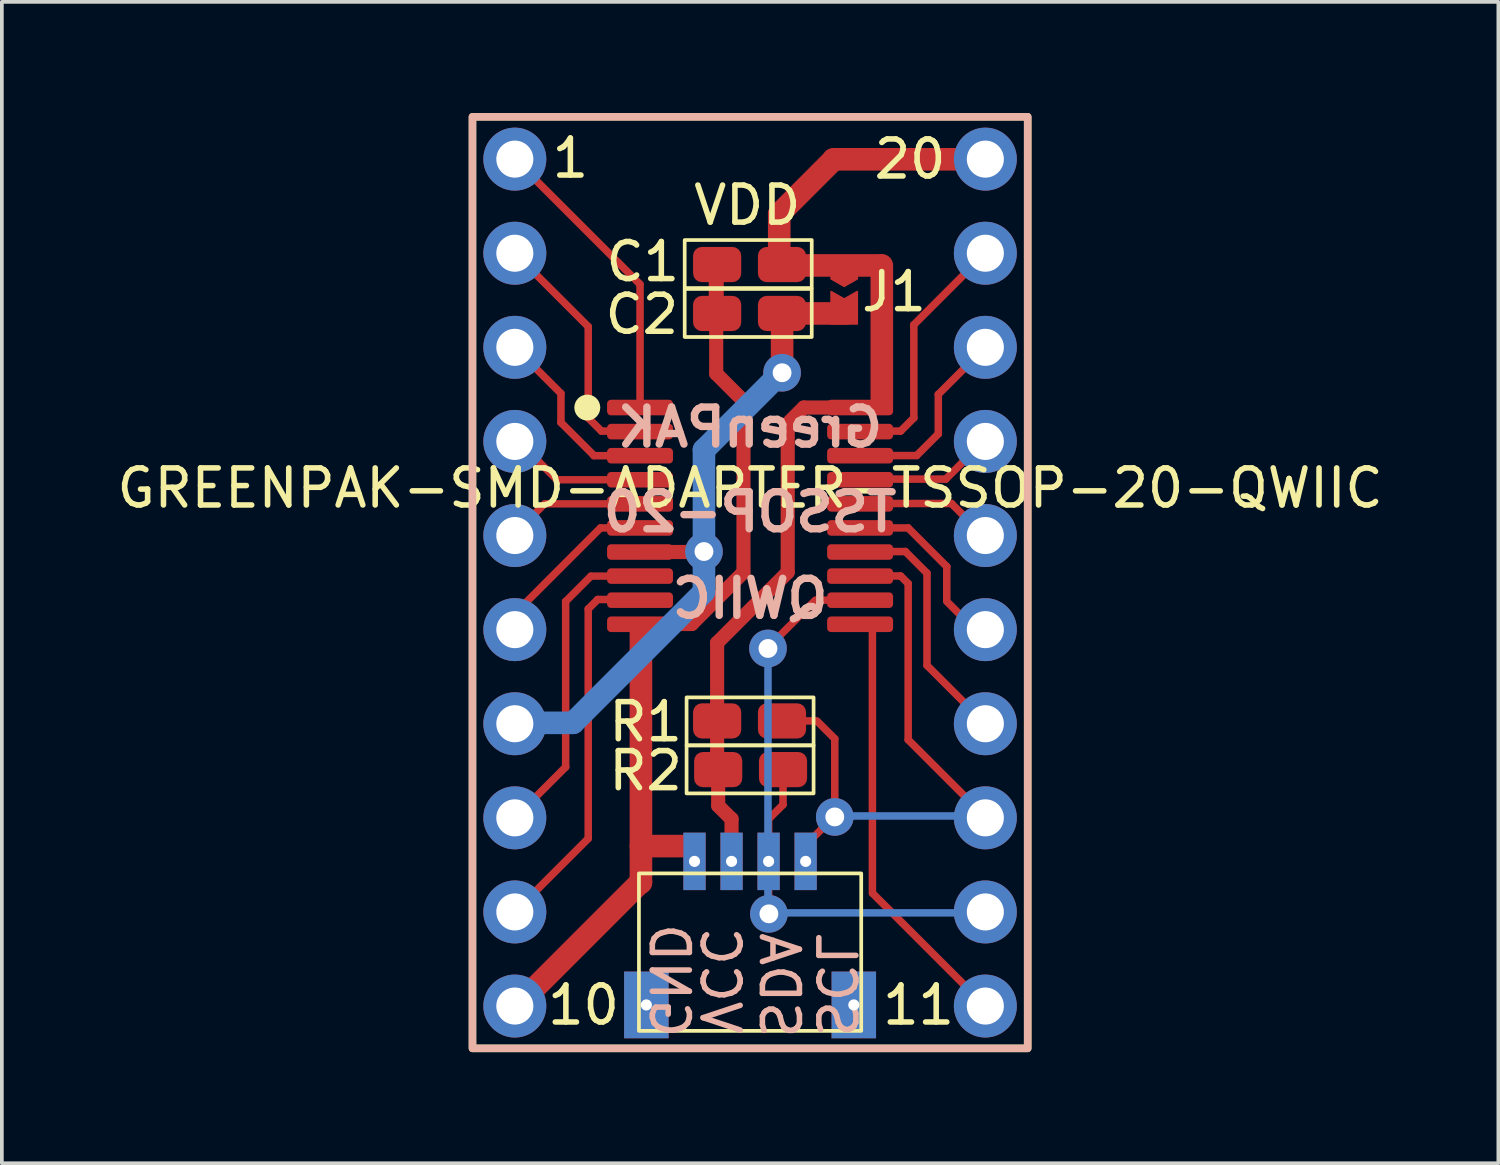
<source format=kicad_pcb>
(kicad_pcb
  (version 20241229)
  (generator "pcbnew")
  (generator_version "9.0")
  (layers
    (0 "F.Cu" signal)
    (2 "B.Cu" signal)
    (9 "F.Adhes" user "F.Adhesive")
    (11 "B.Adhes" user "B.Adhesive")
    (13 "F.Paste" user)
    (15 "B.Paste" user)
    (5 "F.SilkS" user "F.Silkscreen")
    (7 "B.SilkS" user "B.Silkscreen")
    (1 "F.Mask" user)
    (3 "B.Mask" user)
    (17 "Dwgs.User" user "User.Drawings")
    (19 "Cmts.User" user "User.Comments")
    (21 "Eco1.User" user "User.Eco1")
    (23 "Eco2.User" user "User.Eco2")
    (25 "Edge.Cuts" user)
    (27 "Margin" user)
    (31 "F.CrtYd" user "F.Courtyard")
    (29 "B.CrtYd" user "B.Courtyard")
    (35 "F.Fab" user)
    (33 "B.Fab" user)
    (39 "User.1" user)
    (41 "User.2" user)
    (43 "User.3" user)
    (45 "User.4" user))
  (footprint "GREENPAK-SMD-ADAPTER-TSSOP-20-QWIIC"
    (layer "F.Cu")
    (at 17.196 12.675)
    (property "Reference" "GREENPAK-SMD-ADAPTER-TSSOP-20-QWIIC" (at 0 -2.55 0) (layer "F.SilkS") (effects (font (size 1 1) (thickness 0.15))))
    (attr smd)
    (fp_line (start -6.375 8.915) (end -4.37 6.91) (stroke (width 0.203) (type default)) (layer "F.Cu"))
    (fp_line (start -6.35 -11.43) (end -2.972 -8.052) (stroke (width 0.203) (type default)) (layer "F.Cu"))
    (fp_line (start -6.35 -8.89) (end -4.369 -6.909) (stroke (width 0.203) (type default)) (layer "F.Cu"))
    (fp_line (start -6.35 -6.35) (end -5.105 -5.105) (stroke (width 0.203) (type default)) (layer "F.Cu"))
    (fp_line (start -6.349 6.349) (end -4.978 4.978) (stroke (width 0.203) (type default)) (layer "F.Cu"))
    (fp_line (start -6.287 -3.849) (end -5.216 -2.777) (stroke (width 0.2) (type default)) (layer "F.Cu"))
    (fp_line (start -5.547 -2.124) (end -6.404 -1.267) (stroke (width 0.2) (type default)) (layer "F.Cu"))
    (fp_line (start -5.207 -2.775) (end -2.97 -2.775) (stroke (width 0.2) (type default)) (layer "F.Cu"))
    (fp_line (start -5.106 -4.321) (end -4.214 -3.429) (stroke (width 0.203) (type default)) (layer "F.Cu"))
    (fp_line (start -5.105 -4.318) (end -5.105 -5.105) (stroke (width 0.203) (type default)) (layer "F.Cu"))
    (fp_line (start -4.981 0.511) (end -4.296 -0.174) (stroke (width 0.2) (type default)) (layer "F.Cu"))
    (fp_line (start -4.978 0.508) (end -4.978 4.978) (stroke (width 0.203) (type default)) (layer "F.Cu"))
    (fp_line (start -4.369 -4.445) (end -4.369 -6.909) (stroke (width 0.203) (type default)) (layer "F.Cu"))
    (fp_line (start -4.369 0.711) (end -4.369 6.909) (stroke (width 0.203) (type default)) (layer "F.Cu"))
    (fp_line (start -4.368 0.711) (end -4.114 0.457) (stroke (width 0.203) (type default)) (layer "F.Cu"))
    (fp_line (start -4.039 -1.473) (end -6.5 0.988) (stroke (width 0.203) (type default)) (layer "F.Cu"))
    (fp_line (start -4.013 -4.089) (end -4.367 -4.443) (stroke (width 0.203) (type default)) (layer "F.Cu"))
    (fp_line (start -2.97 -4.725) (end -2.97 -8.052) (stroke (width 0.203) (type default)) (layer "F.Cu"))
    (fp_line (start -2.97 -4.089) (end -4.013 -4.089) (stroke (width 0.203) (type default)) (layer "F.Cu"))
    (fp_line (start -2.97 -3.425) (end -4.216 -3.425) (stroke (width 0.203) (type default)) (layer "F.Cu"))
    (fp_line (start -2.97 -2.125) (end -5.537 -2.125) (stroke (width 0.2) (type default)) (layer "F.Cu"))
    (fp_line (start -2.97 -1.475) (end -4.039 -1.475) (stroke (width 0.203) (type default)) (layer "F.Cu"))
    (fp_line (start -2.97 -0.175) (end -4.293 -0.175) (stroke (width 0.2) (type default)) (layer "F.Cu"))
    (fp_line (start -2.946 1.295) (end -2.946 8.103) (stroke (width 0.61) (type default)) (layer "F.Cu"))
    (fp_line (start -2.946 8.077) (end -6.388 11.519) (stroke (width 0.61) (type default)) (layer "F.Cu"))
    (fp_line (start -2.945 0.457) (end -4.115 0.457) (stroke (width 0.203) (type default)) (layer "F.Cu"))
    (fp_line (start -1.575 1.118) (end -2.997 1.118) (stroke (width 0.381) (type default)) (layer "F.Cu"))
    (fp_line (start -1.575 7.112) (end -2.946 7.112) (stroke (width 0.61) (type default)) (layer "F.Cu"))
    (fp_line (start -1.245 -0.825) (end -2.97 -0.825) (stroke (width 0.381) (type default)) (layer "F.Cu"))
    (fp_line (start -0.914 -7.264) (end -0.914 -8.585) (stroke (width 0.406) (type default)) (layer "F.Cu"))
    (fp_line (start -0.914 -7.264) (end -0.914 -5.639) (stroke (width 0.381) (type default)) (layer "F.Cu"))
    (fp_line (start -0.893 1.63) (end 1.015 -0.278) (stroke (width 0.381) (type default)) (layer "F.Cu"))
    (fp_line (start -0.889 1.626) (end -0.889 3.48) (stroke (width 0.381) (type default)) (layer "F.Cu"))
    (fp_line (start -0.889 3.734) (end -0.889 5.029) (stroke (width 0.381) (type default)) (layer "F.Cu"))
    (fp_line (start -0.861 5.048) (end -0.861 6.02) (stroke (width 0.381) (type default)) (layer "F.Cu"))
    (fp_line (start -0.861 6.023) (end -0.503 6.38) (stroke (width 0.381) (type default)) (layer "F.Cu"))
    (fp_line (start -0.5 7.525) (end -0.5 6.375) (stroke (width 0.381) (type default)) (layer "F.Cu"))
    (fp_line (start -0.185 -0.272) (end -1.573 1.116) (stroke (width 0.381) (type default)) (layer "F.Cu"))
    (fp_line (start -0.178 -4.903) (end -0.914 -5.639) (stroke (width 0.381) (type default)) (layer "F.Cu"))
    (fp_line (start -0.178 -4.902) (end -0.178 -0.279) (stroke (width 0.381) (type default)) (layer "F.Cu"))
    (fp_line (start 0.493 1.742) (end 1.76 0.475) (stroke (width 0.2) (type default)) (layer "F.Cu"))
    (fp_line (start 0.5 7.525) (end 0.5 6.375) (stroke (width 0.203) (type default)) (layer "F.Cu"))
    (fp_line (start 0.5 9.296) (end 0.5 7.525) (stroke (width 0.203) (type default)) (layer "F.Cu"))
    (fp_line (start 0.508 6.375) (end 0.89 5.994) (stroke (width 0.203) (type default)) (layer "F.Cu"))
    (fp_line (start 0.787 -9.95) (end 2.25 -11.413) (stroke (width 0.61) (type default)) (layer "F.Cu"))
    (fp_line (start 0.787 -8.56) (end 0.787 -9.95) (stroke (width 0.61) (type default)) (layer "F.Cu"))
    (fp_line (start 0.787 -8.56) (end 3.531 -8.56) (stroke (width 0.61) (type default)) (layer "F.Cu"))
    (fp_line (start 0.861 3.734) (end 1.753 3.734) (stroke (width 0.203) (type default)) (layer "F.Cu"))
    (fp_line (start 0.864 -7.315) (end 0.864 -5.69) (stroke (width 0.61) (type default)) (layer "F.Cu"))
    (fp_line (start 0.864 -7.264) (end 2.591 -7.264) (stroke (width 0.61) (type default)) (layer "F.Cu"))
    (fp_line (start 0.889 5.048) (end 0.889 5.994) (stroke (width 0.203) (type default)) (layer "F.Cu"))
    (fp_line (start 1.016 -4.267) (end 1.016 -0.279) (stroke (width 0.381) (type default)) (layer "F.Cu"))
    (fp_line (start 1.449 -4.725) (end 1.016 -4.293) (stroke (width 0.381) (type default)) (layer "F.Cu"))
    (fp_line (start 1.778 0.475) (end 2.97 0.475) (stroke (width 0.2) (type default)) (layer "F.Cu"))
    (fp_line (start 2.25 -11.413) (end 2.3 -11.463) (stroke (width 0.2) (type default)) (layer "F.Cu"))
    (fp_line (start 2.263 6.323) (end 1.463 7.122) (stroke (width 0.203) (type default)) (layer "F.Cu"))
    (fp_line (start 2.286 4.216) (end 1.803 3.734) (stroke (width 0.203) (type default)) (layer "F.Cu"))
    (fp_line (start 2.286 4.216) (end 2.286 6.299) (stroke (width 0.203) (type default)) (layer "F.Cu"))
    (fp_line (start 2.919 -2.794) (end 5.283 -2.794) (stroke (width 0.203) (type default)) (layer "F.Cu"))
    (fp_line (start 2.945 -3.429) (end 4.496 -3.429) (stroke (width 0.203) (type default)) (layer "F.Cu"))
    (fp_line (start 2.97 -4.725) (end 1.448 -4.725) (stroke (width 0.381) (type default)) (layer "F.Cu"))
    (fp_line (start 2.97 -2.134) (end 5.436 -2.134) (stroke (width 0.203) (type default)) (layer "F.Cu"))
    (fp_line (start 2.97 -1.475) (end 4.267 -1.475) (stroke (width 0.203) (type default)) (layer "F.Cu"))
    (fp_line (start 3.302 1.083) (end 3.302 8.382) (stroke (width 0.203) (type default)) (layer "F.Cu"))
    (fp_line (start 3.556 -4.877) (end 3.556 -8.56) (stroke (width 0.61) (type default)) (layer "F.Cu"))
    (fp_line (start 4.064 -4.089) (end 3.175 -4.089) (stroke (width 0.203) (type default)) (layer "F.Cu"))
    (fp_line (start 4.064 -4.089) (end 4.42 -4.445) (stroke (width 0.203) (type default)) (layer "F.Cu"))
    (fp_line (start 4.064 -0.178) (end 3.454 -0.178) (stroke (width 0.203) (type default)) (layer "F.Cu"))
    (fp_line (start 4.19 -0.839) (end 4.774 -0.255) (stroke (width 0.203) (type default)) (layer "F.Cu"))
    (fp_line (start 4.191 -0.838) (end 3.099 -0.838) (stroke (width 0.203) (type default)) (layer "F.Cu"))
    (fp_line (start 4.267 0.025) (end 4.064 -0.178) (stroke (width 0.203) (type default)) (layer "F.Cu"))
    (fp_line (start 4.267 4.242) (end 4.267 0.025) (stroke (width 0.203) (type default)) (layer "F.Cu"))
    (fp_line (start 4.42 -4.445) (end 4.42 -6.96) (stroke (width 0.203) (type default)) (layer "F.Cu"))
    (fp_line (start 4.499 -3.432) (end 5.08 -4.013) (stroke (width 0.203) (type default)) (layer "F.Cu"))
    (fp_line (start 4.775 2.235) (end 4.775 -0.254) (stroke (width 0.203) (type default)) (layer "F.Cu"))
    (fp_line (start 5.08 -5.08) (end 5.08 -4.013) (stroke (width 0.203) (type default)) (layer "F.Cu"))
    (fp_line (start 5.309 -0.432) (end 5.309 0.483) (stroke (width 0.203) (type default)) (layer "F.Cu"))
    (fp_line (start 5.31 -0.43) (end 4.266 -1.475) (stroke (width 0.203) (type default)) (layer "F.Cu"))
    (fp_line (start 5.436 -2.134) (end 6.4 -1.169) (stroke (width 0.203) (type default)) (layer "F.Cu"))
    (fp_line (start 5.955 1.155) (end 5.309 0.508) (stroke (width 0.203) (type default)) (layer "F.Cu"))
    (fp_line (start 6.319 -3.83) (end 5.283 -2.794) (stroke (width 0.203) (type default)) (layer "F.Cu"))
    (fp_line (start 6.343 6.317) (end 4.267 4.242) (stroke (width 0.203) (type default)) (layer "F.Cu"))
    (fp_line (start 6.35 -11.425) (end 2.25 -11.425) (stroke (width 0.61) (type default)) (layer "F.Cu"))
    (fp_line (start 6.35 -8.889) (end 4.42 -6.96) (stroke (width 0.203) (type default)) (layer "F.Cu"))
    (fp_line (start 6.35 3.81) (end 4.778 2.238) (stroke (width 0.203) (type default)) (layer "F.Cu"))
    (fp_line (start 6.35 11.43) (end 3.308 8.388) (stroke (width 0.203) (type default)) (layer "F.Cu"))
    (fp_line (start 6.644 -6.644) (end 5.08 -5.08) (stroke (width 0.203) (type default)) (layer "F.Cu"))
    (fp_poly (pts (xy 2.89 -7.85) (xy 2.89 -6.985) (xy 2.19 -6.985) (xy 2.19 -7.85) (xy 2.54 -7.65)) (stroke (width 0.05) (type solid)) (fill yes) (layer "F.Cu"))
    (fp_poly (pts (xy 2.89 -8.2) (xy 2.89 -8.752) (xy 2.19 -8.752) (xy 2.19 -8.2) (xy 2.54 -8)) (stroke (width 0.05) (type solid)) (fill yes) (layer "F.Cu"))
    (fp_poly (pts (xy 2.19 -7.175) (xy 2.19 -8.675) (xy 2.89 -8.675) (xy 2.89 -7.175)) (stroke (width 0.1) (type solid)) (fill yes) (layer "F.Mask"))
    (fp_line (start -6.401 3.785) (end -4.775 3.785) (stroke (width 0.61) (type default)) (layer "B.Cu"))
    (fp_line (start -4.775 3.785) (end -1.249 0.258) (stroke (width 0.61) (type default)) (layer "B.Cu"))
    (fp_line (start -1.245 -3.581) (end -1.245 -0.838) (stroke (width 0.61) (type default)) (layer "B.Cu"))
    (fp_line (start -1.245 -3.581) (end 0.861 -5.687) (stroke (width 0.61) (type default)) (layer "B.Cu"))
    (fp_line (start -1.245 0.229) (end -1.245 -0.813) (stroke (width 0.61) (type default)) (layer "B.Cu"))
    (fp_line (start 0.483 9.296) (end 0.483 1.778) (stroke (width 0.203) (type default)) (layer "B.Cu"))
    (fp_line (start 0.508 8.915) (end 6.325 8.915) (stroke (width 0.203) (type default)) (layer "B.Cu"))
    (fp_line (start 2.261 6.299) (end 6.401 6.299) (stroke (width 0.203) (type default)) (layer "B.Cu"))
    (fp_rect (start -7.493 -12.573) (end 7.493 12.573) (stroke (width 0.203) (type solid)) (fill no) (layer "F.SilkS"))
    (fp_rect (start -3 7.85) (end 3 12.1) (stroke (width 0.1) (type default)) (fill no) (layer "F.SilkS"))
    (fp_rect (start -1.765 -9.246) (end 1.664 -7.95) (stroke (width 0.1) (type default)) (fill no) (layer "F.SilkS"))
    (fp_rect (start -1.765 -7.925) (end 1.664 -6.629) (stroke (width 0.1) (type default)) (fill no) (layer "F.SilkS"))
    (fp_rect (start -1.714 3.099) (end 1.714 4.394) (stroke (width 0.1) (type default)) (fill no) (layer "F.SilkS"))
    (fp_rect (start -1.714 4.394) (end 1.714 5.69) (stroke (width 0.1) (type default)) (fill no) (layer "F.SilkS"))
    (fp_circle (center -4.394 -4.724) (end -4.094 -4.724) (stroke (width 0.1) (type solid)) (fill yes) (layer "F.SilkS"))
    (fp_rect (start -7.493 -12.573) (end 7.493 12.573) (stroke (width 0.203) (type solid)) (fill no) (layer "B.SilkS"))
    (fp_text user "C2" (at -2.921 -7.239 0) (unlocked yes) (layer "F.SilkS") (effects (font (size 1 1) (thickness 0.15))))
    (fp_text user "20" (at 4.318 -11.43 0) (unlocked yes) (layer "F.SilkS") (effects (font (size 1 1) (thickness 0.15))))
    (fp_text user "R1" (at -2.819 3.759 0) (unlocked yes) (layer "F.SilkS") (effects (font (size 1 1) (thickness 0.15))))
    (fp_text user "J1" (at 3.886 -7.849 0) (unlocked yes) (layer "F.SilkS") (effects (font (size 1 1) (thickness 0.15))))
    (fp_text user "VDD" (at -0.076 -10.185 0) (unlocked yes) (layer "F.SilkS") (effects (font (size 1 1) (thickness 0.15))))
    (fp_text user "R2" (at -2.819 5.08 0) (unlocked yes) (layer "F.SilkS") (effects (font (size 1 1) (thickness 0.15))))
    (fp_text user "C1" (at -2.896 -8.661 0) (unlocked yes) (layer "F.SilkS") (effects (font (size 1 1) (thickness 0.15))))
    (fp_text user "1" (at -4.851 -11.455 0) (unlocked yes) (layer "F.SilkS") (effects (font (size 1 1) (thickness 0.15))))
    (fp_text user "11" (at 4.547 11.405 0) (unlocked yes) (layer "F.SilkS") (effects (font (size 1 1) (thickness 0.15))))
    (fp_text user "10" (at -4.496 11.405 0) (unlocked yes) (layer "F.SilkS") (effects (font (size 1 1) (thickness 0.15))))
    (fp_text user "SDA" (at 0.787 10.871 270) (unlocked yes) (layer "B.SilkS") (effects (font (size 1 1) (thickness 0.15)) (justify mirror)))
    (fp_text user "GND" (at -2.184 10.744 270) (unlocked yes) (layer "B.SilkS") (effects (font (size 1 1) (thickness 0.15)) (justify mirror)))
    (fp_text user "GreenPAK" (at 0 -4.191 0) (unlocked yes) (layer "B.SilkS") (effects (font (size 1 1) (thickness 0.2) (bold yes)) (justify mirror)))
    (fp_text user "VCC" (at -0.813 10.744 270) (unlocked yes) (layer "B.SilkS") (effects (font (size 1 1) (thickness 0.15)) (justify mirror)))
    (fp_text user "QWIIC" (at 0 0.432 0) (unlocked yes) (layer "B.SilkS") (effects (font (size 1 1) (thickness 0.2) (bold yes)) (justify mirror)))
    (fp_text user "TSSOP-20" (at 0 -1.905 0) (unlocked yes) (layer "B.SilkS") (effects (font (size 1 1) (thickness 0.2) (bold yes)) (justify mirror)))
    (fp_text user "SCL" (at 2.311 10.871 270) (unlocked yes) (layer "B.SilkS") (effects (font (size 1 1) (thickness 0.15)) (justify mirror)))
    (pad "" thru_hole rect (at -2.8 11.4) (size 1.2 1.8) (drill 0.3) (layers "*.Cu" "F.Mask" "F.Paste"))
    (pad "" thru_hole rect (at 2.8 11.4) (size 1.2 1.8) (drill 0.3) (layers "*.Cu" "F.Mask" "F.Paste"))
    (pad "1" thru_hole circle (at -6.35 -11.43) (size 1.7 1.7) (drill 1) (layers "*.Cu" "*.Mask"))
    (pad "1" smd roundrect (at -2.97 -4.725) (size 1.78 0.42) (layers "F.Cu" "F.Mask" "F.Paste") (roundrect_rratio 0.25))
    (pad "2" thru_hole circle (at -6.35 -8.89) (size 1.7 1.7) (drill 1) (layers "*.Cu" "*.Mask"))
    (pad "2" smd roundrect (at -2.97 -4.075) (size 1.78 0.42) (layers "F.Cu" "F.Mask" "F.Paste") (roundrect_rratio 0.25))
    (pad "3" thru_hole circle (at -6.35 -6.35) (size 1.7 1.7) (drill 1) (layers "*.Cu" "*.Mask"))
    (pad "3" smd roundrect (at -2.97 -3.425) (size 1.78 0.42) (layers "F.Cu" "F.Mask" "F.Paste") (roundrect_rratio 0.25))
    (pad "4" thru_hole circle (at -6.35 -3.81) (size 1.7 1.7) (drill 1) (layers "*.Cu" "*.Mask"))
    (pad "4" smd roundrect (at -2.97 -2.775) (size 1.78 0.42) (layers "F.Cu" "F.Mask" "F.Paste") (roundrect_rratio 0.25))
    (pad "5" thru_hole circle (at -6.35 -1.27) (size 1.7 1.7) (drill 1) (layers "*.Cu" "*.Mask"))
    (pad "5" smd roundrect (at -2.97 -2.125) (size 1.78 0.42) (layers "F.Cu" "F.Mask" "F.Paste") (roundrect_rratio 0.25))
    (pad "6" thru_hole circle (at -6.35 1.27) (size 1.7 1.7) (drill 1) (layers "*.Cu" "*.Mask"))
    (pad "6" smd roundrect (at -2.97 -1.475) (size 1.78 0.42) (layers "F.Cu" "F.Mask" "F.Paste") (roundrect_rratio 0.25))
    (pad "7" thru_hole circle (at -6.35 3.81) (size 1.7 1.7) (drill 1) (layers "*.Cu" "*.Mask"))
    (pad "7" smd roundrect (at -2.97 -0.825) (size 1.78 0.42) (layers "F.Cu" "F.Mask" "F.Paste") (roundrect_rratio 0.25))
    (pad "7" thru_hole circle (at -1.245 -0.838) (size 1.016 1.016) (drill 0.508) (layers "*.Cu"))
    (pad "7" smd roundrect (at 0.861 -7.264) (size 1.3 0.95) (layers "F.Cu" "F.Mask" "F.Paste") (roundrect_rratio 0.25))
    (pad "7" thru_hole circle (at 0.864 -5.664) (size 1.016 1.016) (drill 0.508) (layers "*.Cu"))
    (pad "8" thru_hole circle (at -6.35 6.35) (size 1.7 1.7) (drill 1) (layers "*.Cu" "*.Mask"))
    (pad "8" smd roundrect (at -2.97 -0.175) (size 1.78 0.42) (layers "F.Cu" "F.Mask" "F.Paste") (roundrect_rratio 0.25))
    (pad "9" thru_hole circle (at -6.35 8.89) (size 1.7 1.7) (drill 1) (layers "*.Cu" "*.Mask"))
    (pad "9" smd roundrect (at -2.97 0.475) (size 1.78 0.42) (layers "F.Cu" "F.Mask" "F.Paste") (roundrect_rratio 0.25))
    (pad "10" thru_hole circle (at -6.35 11.43) (size 1.7 1.7) (drill 1) (layers "*.Cu" "*.Mask"))
    (pad "10" smd roundrect (at -2.97 1.125) (size 1.78 0.42) (layers "F.Cu" "F.Mask" "F.Paste") (roundrect_rratio 0.25))
    (pad "10" thru_hole rect (at -1.5 7.525) (size 0.6 1.55) (drill 0.3) (layers "*.Cu" "F.Mask" "F.Paste"))
    (pad "10" smd roundrect (at -0.889 -8.585) (size 1.3 0.95) (layers "F.Cu" "F.Mask" "F.Paste") (roundrect_rratio 0.25))
    (pad "10" smd roundrect (at -0.889 -7.264) (size 1.3 0.95) (layers "F.Cu" "F.Mask" "F.Paste") (roundrect_rratio 0.25))
    (pad "11" smd roundrect (at 2.97 1.125) (size 1.78 0.42) (layers "F.Cu" "F.Mask" "F.Paste") (roundrect_rratio 0.25))
    (pad "11" thru_hole circle (at 6.35 11.43) (size 1.7 1.7) (drill 1) (layers "*.Cu" "*.Mask"))
    (pad "12" thru_hole circle (at 0.483 1.778) (size 1.016 1.016) (drill 0.508) (layers "*.Cu"))
    (pad "12" thru_hole rect (at 0.5 7.525) (size 0.6 1.55) (drill 0.3) (layers "*.Cu" "F.Mask" "F.Paste"))
    (pad "12" thru_hole circle (at 0.508 8.941) (size 1.016 1.016) (drill 0.508) (layers "*.Cu"))
    (pad "12" smd roundrect (at 0.889 5.048 180) (size 1.3 0.95) (layers "F.Cu" "F.Mask" "F.Paste") (roundrect_rratio 0.25))
    (pad "12" smd roundrect (at 2.97 0.475) (size 1.78 0.42) (layers "F.Cu" "F.Mask" "F.Paste") (roundrect_rratio 0.25))
    (pad "12" thru_hole circle (at 6.35 8.89) (size 1.7 1.7) (drill 1) (layers "*.Cu" "*.Mask"))
    (pad "13" smd roundrect (at 0.861 3.734 180) (size 1.3 0.95) (layers "F.Cu" "F.Mask" "F.Paste") (roundrect_rratio 0.25))
    (pad "13" thru_hole rect (at 1.5 7.525) (size 0.6 1.55) (drill 0.3) (layers "*.Cu" "F.Mask" "F.Paste"))
    (pad "13" thru_hole circle (at 2.286 6.325) (size 1.016 1.016) (drill 0.508) (layers "*.Cu"))
    (pad "13" smd roundrect (at 2.97 -0.175) (size 1.78 0.42) (layers "F.Cu" "F.Mask" "F.Paste") (roundrect_rratio 0.25))
    (pad "13" thru_hole circle (at 6.35 6.35) (size 1.7 1.7) (drill 1) (layers "*.Cu" "*.Mask"))
    (pad "14" smd roundrect (at 2.97 -0.825) (size 1.78 0.42) (layers "F.Cu" "F.Mask" "F.Paste") (roundrect_rratio 0.25))
    (pad "14" thru_hole circle (at 6.35 3.81) (size 1.7 1.7) (drill 1) (layers "*.Cu" "*.Mask"))
    (pad "15" smd roundrect (at 2.97 -1.475) (size 1.78 0.42) (layers "F.Cu" "F.Mask" "F.Paste") (roundrect_rratio 0.25))
    (pad "15" thru_hole circle (at 6.35 1.27) (size 1.7 1.7) (drill 1) (layers "*.Cu" "*.Mask"))
    (pad "16" smd roundrect (at 2.97 -2.125) (size 1.78 0.42) (layers "F.Cu" "F.Mask" "F.Paste") (roundrect_rratio 0.25))
    (pad "16" thru_hole circle (at 6.35 -1.27) (size 1.7 1.7) (drill 1) (layers "*.Cu" "*.Mask"))
    (pad "17" smd roundrect (at 2.97 -2.775) (size 1.78 0.42) (layers "F.Cu" "F.Mask" "F.Paste") (roundrect_rratio 0.25))
    (pad "17" thru_hole circle (at 6.35 -3.81) (size 1.7 1.7) (drill 1) (layers "*.Cu" "*.Mask"))
    (pad "18" smd roundrect (at 2.97 -3.425) (size 1.78 0.42) (layers "F.Cu" "F.Mask" "F.Paste") (roundrect_rratio 0.25))
    (pad "18" thru_hole circle (at 6.35 -6.35) (size 1.7 1.7) (drill 1) (layers "*.Cu" "*.Mask"))
    (pad "19" smd roundrect (at 2.97 -4.075) (size 1.78 0.42) (layers "F.Cu" "F.Mask" "F.Paste") (roundrect_rratio 0.25))
    (pad "19" thru_hole circle (at 6.35 -8.89) (size 1.7 1.7) (drill 1) (layers "*.Cu" "*.Mask"))
    (pad "20" smd roundrect (at -0.889 3.734 180) (size 1.3 0.95) (layers "F.Cu" "F.Mask" "F.Paste") (roundrect_rratio 0.25))
    (pad "20" smd roundrect (at -0.861 5.048 180) (size 1.3 0.95) (layers "F.Cu" "F.Mask" "F.Paste") (roundrect_rratio 0.25))
    (pad "20" thru_hole rect (at -0.5 7.525) (size 0.6 1.55) (drill 0.3) (layers "*.Cu" "F.Mask" "F.Paste"))
    (pad "20" smd roundrect (at 0.861 -8.585) (size 1.3 0.95) (layers "F.Cu" "F.Mask" "F.Paste") (roundrect_rratio 0.25))
    (pad "20" smd roundrect (at 2.97 -4.725) (size 1.78 0.42) (layers "F.Cu" "F.Mask" "F.Paste") (roundrect_rratio 0.25))
    (pad "20" thru_hole circle (at 6.35 -11.43) (size 1.7 1.7) (drill 1) (layers "*.Cu" "*.Mask")))
  (gr_rect
    (start -3 -3)
    (end 37.393 28.349)
    (stroke (width 0.1) (type default))
    (fill no)
    (layer "Edge.Cuts")))
</source>
